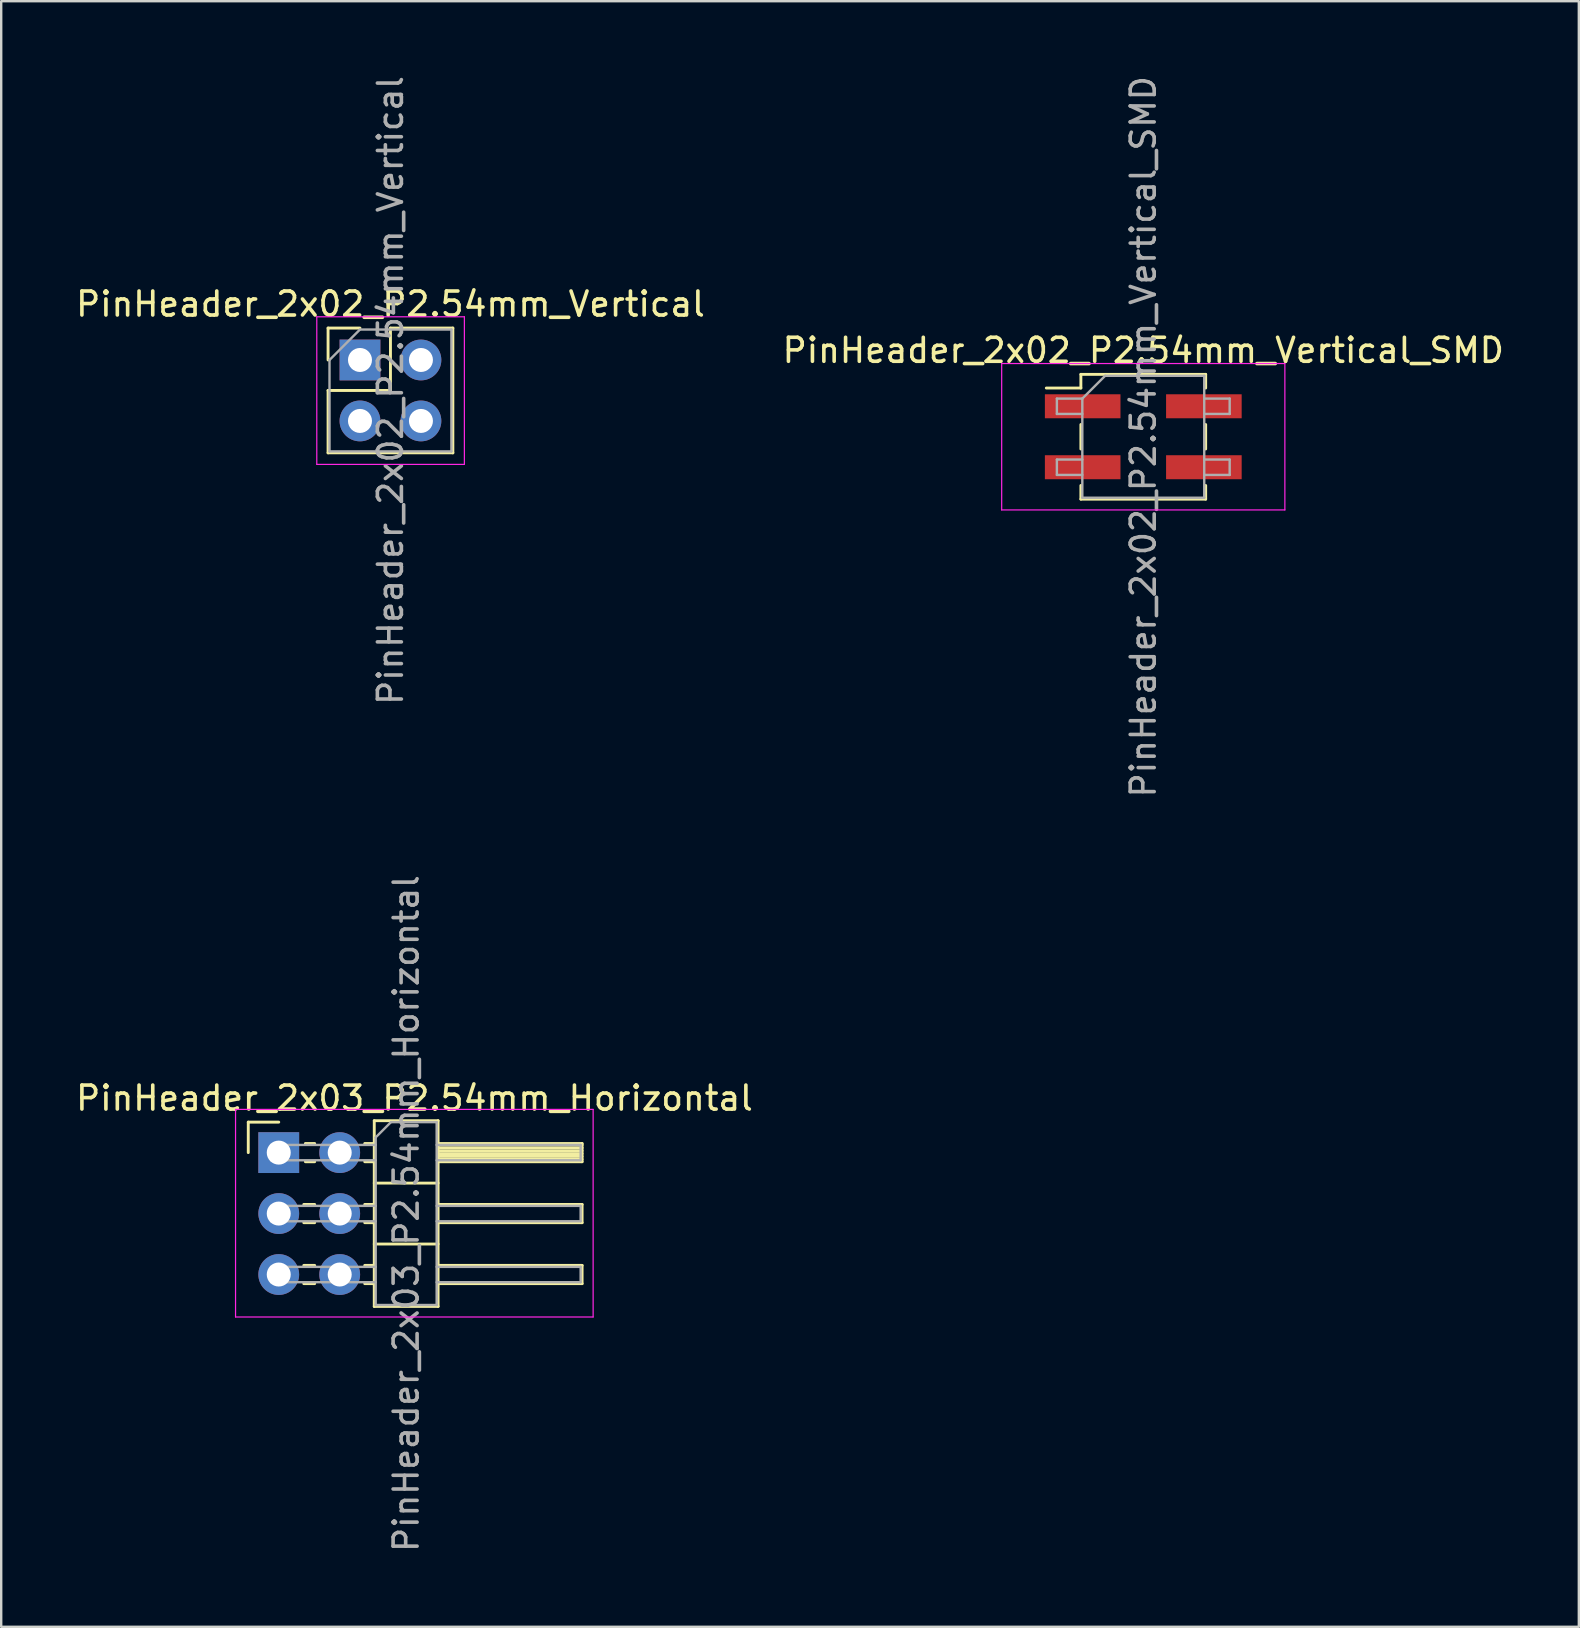
<source format=kicad_pcb>
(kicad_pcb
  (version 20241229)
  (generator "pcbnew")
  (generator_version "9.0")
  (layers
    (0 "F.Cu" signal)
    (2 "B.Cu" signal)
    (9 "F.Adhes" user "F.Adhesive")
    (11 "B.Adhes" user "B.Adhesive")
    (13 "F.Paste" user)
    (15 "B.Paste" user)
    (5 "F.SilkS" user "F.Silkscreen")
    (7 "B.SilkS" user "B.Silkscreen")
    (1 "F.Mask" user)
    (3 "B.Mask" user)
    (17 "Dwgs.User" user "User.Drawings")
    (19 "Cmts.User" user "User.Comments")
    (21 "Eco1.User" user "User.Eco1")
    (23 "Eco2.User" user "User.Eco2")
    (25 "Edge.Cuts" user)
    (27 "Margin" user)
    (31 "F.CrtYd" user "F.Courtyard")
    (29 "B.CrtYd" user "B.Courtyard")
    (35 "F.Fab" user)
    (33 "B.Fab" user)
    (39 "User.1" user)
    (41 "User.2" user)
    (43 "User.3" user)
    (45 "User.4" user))
  (footprint "PinHeader_2x02_P2.54mm_Vertical_SMD"
    (layer "F.Cu")
    (at 44.589 15.149)
    (property "Reference" "PinHeader_2x02_P2.54mm_Vertical_SMD" (at 0 -3.6 0) (layer "F.SilkS") (effects (font (size 1 1) (thickness 0.15))))
    (attr smd)
    (fp_line (start -4.04 -2.03) (end -2.6 -2.03) (stroke (width 0.12) (type solid)) (layer "F.SilkS"))
    (fp_line (start -2.6 -2.6) (end -2.6 -2.03) (stroke (width 0.12) (type solid)) (layer "F.SilkS"))
    (fp_line (start -2.6 -2.6) (end 2.6 -2.6) (stroke (width 0.12) (type solid)) (layer "F.SilkS"))
    (fp_line (start -2.6 -0.51) (end -2.6 0.51) (stroke (width 0.12) (type solid)) (layer "F.SilkS"))
    (fp_line (start -2.6 2.03) (end -2.6 2.6) (stroke (width 0.12) (type solid)) (layer "F.SilkS"))
    (fp_line (start -2.6 2.6) (end 2.6 2.6) (stroke (width 0.12) (type solid)) (layer "F.SilkS"))
    (fp_line (start 2.6 -2.6) (end 2.6 -2.03) (stroke (width 0.12) (type solid)) (layer "F.SilkS"))
    (fp_line (start 2.6 -0.51) (end 2.6 0.51) (stroke (width 0.12) (type solid)) (layer "F.SilkS"))
    (fp_line (start 2.6 2.03) (end 2.6 2.6) (stroke (width 0.12) (type solid)) (layer "F.SilkS"))
    (fp_line (start -5.9 -3.05) (end -5.9 3.05) (stroke (width 0.05) (type solid)) (layer "F.CrtYd"))
    (fp_line (start -5.9 3.05) (end 5.9 3.05) (stroke (width 0.05) (type solid)) (layer "F.CrtYd"))
    (fp_line (start 5.9 -3.05) (end -5.9 -3.05) (stroke (width 0.05) (type solid)) (layer "F.CrtYd"))
    (fp_line (start 5.9 3.05) (end 5.9 -3.05) (stroke (width 0.05) (type solid)) (layer "F.CrtYd"))
    (fp_line (start -3.6 -1.59) (end -3.6 -0.95) (stroke (width 0.1) (type solid)) (layer "F.Fab"))
    (fp_line (start -3.6 -0.95) (end -2.54 -0.95) (stroke (width 0.1) (type solid)) (layer "F.Fab"))
    (fp_line (start -3.6 0.95) (end -3.6 1.59) (stroke (width 0.1) (type solid)) (layer "F.Fab"))
    (fp_line (start -3.6 1.59) (end -2.54 1.59) (stroke (width 0.1) (type solid)) (layer "F.Fab"))
    (fp_line (start -2.54 -1.59) (end -3.6 -1.59) (stroke (width 0.1) (type solid)) (layer "F.Fab"))
    (fp_line (start -2.54 -1.59) (end -1.59 -2.54) (stroke (width 0.1) (type solid)) (layer "F.Fab"))
    (fp_line (start -2.54 0.95) (end -3.6 0.95) (stroke (width 0.1) (type solid)) (layer "F.Fab"))
    (fp_line (start -2.54 2.54) (end -2.54 -1.59) (stroke (width 0.1) (type solid)) (layer "F.Fab"))
    (fp_line (start -1.59 -2.54) (end 2.54 -2.54) (stroke (width 0.1) (type solid)) (layer "F.Fab"))
    (fp_line (start 2.54 -2.54) (end 2.54 2.54) (stroke (width 0.1) (type solid)) (layer "F.Fab"))
    (fp_line (start 2.54 -1.59) (end 3.6 -1.59) (stroke (width 0.1) (type solid)) (layer "F.Fab"))
    (fp_line (start 2.54 0.95) (end 3.6 0.95) (stroke (width 0.1) (type solid)) (layer "F.Fab"))
    (fp_line (start 2.54 2.54) (end -2.54 2.54) (stroke (width 0.1) (type solid)) (layer "F.Fab"))
    (fp_line (start 3.6 -1.59) (end 3.6 -0.95) (stroke (width 0.1) (type solid)) (layer "F.Fab"))
    (fp_line (start 3.6 -0.95) (end 2.54 -0.95) (stroke (width 0.1) (type solid)) (layer "F.Fab"))
    (fp_line (start 3.6 0.95) (end 3.6 1.59) (stroke (width 0.1) (type solid)) (layer "F.Fab"))
    (fp_line (start 3.6 1.59) (end 2.54 1.59) (stroke (width 0.1) (type solid)) (layer "F.Fab"))
    (fp_text user "${REFERENCE}" (at 0 0 90) (layer "F.Fab") (effects (font (size 1 1) (thickness 0.15))))
    (pad "1" smd rect (at -2.525 -1.27) (size 3.15 1) (layers "F.Cu" "F.Mask" "F.Paste"))
    (pad "2" smd rect (at 2.525 -1.27) (size 3.15 1) (layers "F.Cu" "F.Mask" "F.Paste"))
    (pad "3" smd rect (at -2.525 1.27) (size 3.15 1) (layers "F.Cu" "F.Mask" "F.Paste"))
    (pad "4" smd rect (at 2.525 1.27) (size 3.15 1) (layers "F.Cu" "F.Mask" "F.Paste")))
  (footprint "PinHeader_2x02_P2.54mm_Vertical"
    (layer "F.Cu")
    (at 11.95 11.95)
    (property "Reference" "PinHeader_2x02_P2.54mm_Vertical" (at 1.27 -2.33 0) (layer "F.SilkS") (effects (font (size 1 1) (thickness 0.15))))
    (attr through_hole)
    (fp_line (start -1.33 -1.33) (end 0 -1.33) (stroke (width 0.12) (type solid)) (layer "F.SilkS"))
    (fp_line (start -1.33 0) (end -1.33 -1.33) (stroke (width 0.12) (type solid)) (layer "F.SilkS"))
    (fp_line (start -1.33 1.27) (end -1.33 3.87) (stroke (width 0.12) (type solid)) (layer "F.SilkS"))
    (fp_line (start -1.33 1.27) (end 1.27 1.27) (stroke (width 0.12) (type solid)) (layer "F.SilkS"))
    (fp_line (start -1.33 3.87) (end 3.87 3.87) (stroke (width 0.12) (type solid)) (layer "F.SilkS"))
    (fp_line (start 1.27 -1.33) (end 3.87 -1.33) (stroke (width 0.12) (type solid)) (layer "F.SilkS"))
    (fp_line (start 1.27 1.27) (end 1.27 -1.33) (stroke (width 0.12) (type solid)) (layer "F.SilkS"))
    (fp_line (start 3.87 -1.33) (end 3.87 3.87) (stroke (width 0.12) (type solid)) (layer "F.SilkS"))
    (fp_line (start -1.8 -1.8) (end -1.8 4.35) (stroke (width 0.05) (type solid)) (layer "F.CrtYd"))
    (fp_line (start -1.8 4.35) (end 4.35 4.35) (stroke (width 0.05) (type solid)) (layer "F.CrtYd"))
    (fp_line (start 4.35 -1.8) (end -1.8 -1.8) (stroke (width 0.05) (type solid)) (layer "F.CrtYd"))
    (fp_line (start 4.35 4.35) (end 4.35 -1.8) (stroke (width 0.05) (type solid)) (layer "F.CrtYd"))
    (fp_line (start -1.27 0) (end 0 -1.27) (stroke (width 0.1) (type solid)) (layer "F.Fab"))
    (fp_line (start -1.27 3.81) (end -1.27 0) (stroke (width 0.1) (type solid)) (layer "F.Fab"))
    (fp_line (start 0 -1.27) (end 3.81 -1.27) (stroke (width 0.1) (type solid)) (layer "F.Fab"))
    (fp_line (start 3.81 -1.27) (end 3.81 3.81) (stroke (width 0.1) (type solid)) (layer "F.Fab"))
    (fp_line (start 3.81 3.81) (end -1.27 3.81) (stroke (width 0.1) (type solid)) (layer "F.Fab"))
    (fp_text user "${REFERENCE}" (at 1.27 1.27 90) (layer "F.Fab") (effects (font (size 1 1) (thickness 0.15))))
    (pad "1" thru_hole rect (at 0 0) (size 1.7 1.7) (drill 1) (layers "*.Cu" "*.Mask"))
    (pad "2" thru_hole oval (at 2.54 0) (size 1.7 1.7) (drill 1) (layers "*.Cu" "*.Mask"))
    (pad "3" thru_hole oval (at 0 2.54) (size 1.7 1.7) (drill 1) (layers "*.Cu" "*.Mask"))
    (pad "4" thru_hole oval (at 2.54 2.54) (size 1.7 1.7) (drill 1) (layers "*.Cu" "*.Mask")))
  (footprint "PinHeader_2x03_P2.54mm_Horizontal"
    (layer "F.Cu")
    (at 8.565 44.978)
    (property "Reference" "PinHeader_2x03_P2.54mm_Horizontal" (at 5.655 -2.27 0) (layer "F.SilkS") (effects (font (size 1 1) (thickness 0.15))))
    (attr through_hole)
    (fp_line (start -1.27 -1.27) (end 0 -1.27) (stroke (width 0.12) (type solid)) (layer "F.SilkS"))
    (fp_line (start -1.27 0) (end -1.27 -1.27) (stroke (width 0.12) (type solid)) (layer "F.SilkS"))
    (fp_line (start 1.043 2.16) (end 1.497 2.16) (stroke (width 0.12) (type solid)) (layer "F.SilkS"))
    (fp_line (start 1.043 2.92) (end 1.497 2.92) (stroke (width 0.12) (type solid)) (layer "F.SilkS"))
    (fp_line (start 1.043 4.7) (end 1.497 4.7) (stroke (width 0.12) (type solid)) (layer "F.SilkS"))
    (fp_line (start 1.043 5.46) (end 1.497 5.46) (stroke (width 0.12) (type solid)) (layer "F.SilkS"))
    (fp_line (start 1.11 -0.38) (end 1.497 -0.38) (stroke (width 0.12) (type solid)) (layer "F.SilkS"))
    (fp_line (start 1.11 0.38) (end 1.497 0.38) (stroke (width 0.12) (type solid)) (layer "F.SilkS"))
    (fp_line (start 3.583 -0.38) (end 3.98 -0.38) (stroke (width 0.12) (type solid)) (layer "F.SilkS"))
    (fp_line (start 3.583 0.38) (end 3.98 0.38) (stroke (width 0.12) (type solid)) (layer "F.SilkS"))
    (fp_line (start 3.583 2.16) (end 3.98 2.16) (stroke (width 0.12) (type solid)) (layer "F.SilkS"))
    (fp_line (start 3.583 2.92) (end 3.98 2.92) (stroke (width 0.12) (type solid)) (layer "F.SilkS"))
    (fp_line (start 3.583 4.7) (end 3.98 4.7) (stroke (width 0.12) (type solid)) (layer "F.SilkS"))
    (fp_line (start 3.583 5.46) (end 3.98 5.46) (stroke (width 0.12) (type solid)) (layer "F.SilkS"))
    (fp_line (start 3.98 -1.33) (end 3.98 6.41) (stroke (width 0.12) (type solid)) (layer "F.SilkS"))
    (fp_line (start 3.98 1.27) (end 6.64 1.27) (stroke (width 0.12) (type solid)) (layer "F.SilkS"))
    (fp_line (start 3.98 3.81) (end 6.64 3.81) (stroke (width 0.12) (type solid)) (layer "F.SilkS"))
    (fp_line (start 3.98 6.41) (end 6.64 6.41) (stroke (width 0.12) (type solid)) (layer "F.SilkS"))
    (fp_line (start 6.64 -1.33) (end 3.98 -1.33) (stroke (width 0.12) (type solid)) (layer "F.SilkS"))
    (fp_line (start 6.64 -0.38) (end 12.64 -0.38) (stroke (width 0.12) (type solid)) (layer "F.SilkS"))
    (fp_line (start 6.64 -0.32) (end 12.64 -0.32) (stroke (width 0.12) (type solid)) (layer "F.SilkS"))
    (fp_line (start 6.64 -0.2) (end 12.64 -0.2) (stroke (width 0.12) (type solid)) (layer "F.SilkS"))
    (fp_line (start 6.64 -0.08) (end 12.64 -0.08) (stroke (width 0.12) (type solid)) (layer "F.SilkS"))
    (fp_line (start 6.64 0.04) (end 12.64 0.04) (stroke (width 0.12) (type solid)) (layer "F.SilkS"))
    (fp_line (start 6.64 0.16) (end 12.64 0.16) (stroke (width 0.12) (type solid)) (layer "F.SilkS"))
    (fp_line (start 6.64 0.28) (end 12.64 0.28) (stroke (width 0.12) (type solid)) (layer "F.SilkS"))
    (fp_line (start 6.64 2.16) (end 12.64 2.16) (stroke (width 0.12) (type solid)) (layer "F.SilkS"))
    (fp_line (start 6.64 4.7) (end 12.64 4.7) (stroke (width 0.12) (type solid)) (layer "F.SilkS"))
    (fp_line (start 6.64 6.41) (end 6.64 -1.33) (stroke (width 0.12) (type solid)) (layer "F.SilkS"))
    (fp_line (start 12.64 -0.38) (end 12.64 0.38) (stroke (width 0.12) (type solid)) (layer "F.SilkS"))
    (fp_line (start 12.64 0.38) (end 6.64 0.38) (stroke (width 0.12) (type solid)) (layer "F.SilkS"))
    (fp_line (start 12.64 2.16) (end 12.64 2.92) (stroke (width 0.12) (type solid)) (layer "F.SilkS"))
    (fp_line (start 12.64 2.92) (end 6.64 2.92) (stroke (width 0.12) (type solid)) (layer "F.SilkS"))
    (fp_line (start 12.64 4.7) (end 12.64 5.46) (stroke (width 0.12) (type solid)) (layer "F.SilkS"))
    (fp_line (start 12.64 5.46) (end 6.64 5.46) (stroke (width 0.12) (type solid)) (layer "F.SilkS"))
    (fp_line (start -1.8 -1.8) (end -1.8 6.85) (stroke (width 0.05) (type solid)) (layer "F.CrtYd"))
    (fp_line (start -1.8 6.85) (end 13.1 6.85) (stroke (width 0.05) (type solid)) (layer "F.CrtYd"))
    (fp_line (start 13.1 -1.8) (end -1.8 -1.8) (stroke (width 0.05) (type solid)) (layer "F.CrtYd"))
    (fp_line (start 13.1 6.85) (end 13.1 -1.8) (stroke (width 0.05) (type solid)) (layer "F.CrtYd"))
    (fp_line (start -0.32 -0.32) (end -0.32 0.32) (stroke (width 0.1) (type solid)) (layer "F.Fab"))
    (fp_line (start -0.32 -0.32) (end 4.04 -0.32) (stroke (width 0.1) (type solid)) (layer "F.Fab"))
    (fp_line (start -0.32 0.32) (end 4.04 0.32) (stroke (width 0.1) (type solid)) (layer "F.Fab"))
    (fp_line (start -0.32 2.22) (end -0.32 2.86) (stroke (width 0.1) (type solid)) (layer "F.Fab"))
    (fp_line (start -0.32 2.22) (end 4.04 2.22) (stroke (width 0.1) (type solid)) (layer "F.Fab"))
    (fp_line (start -0.32 2.86) (end 4.04 2.86) (stroke (width 0.1) (type solid)) (layer "F.Fab"))
    (fp_line (start -0.32 4.76) (end -0.32 5.4) (stroke (width 0.1) (type solid)) (layer "F.Fab"))
    (fp_line (start -0.32 4.76) (end 4.04 4.76) (stroke (width 0.1) (type solid)) (layer "F.Fab"))
    (fp_line (start -0.32 5.4) (end 4.04 5.4) (stroke (width 0.1) (type solid)) (layer "F.Fab"))
    (fp_line (start 4.04 -0.635) (end 4.675 -1.27) (stroke (width 0.1) (type solid)) (layer "F.Fab"))
    (fp_line (start 4.04 6.35) (end 4.04 -0.635) (stroke (width 0.1) (type solid)) (layer "F.Fab"))
    (fp_line (start 4.675 -1.27) (end 6.58 -1.27) (stroke (width 0.1) (type solid)) (layer "F.Fab"))
    (fp_line (start 6.58 -1.27) (end 6.58 6.35) (stroke (width 0.1) (type solid)) (layer "F.Fab"))
    (fp_line (start 6.58 -0.32) (end 12.58 -0.32) (stroke (width 0.1) (type solid)) (layer "F.Fab"))
    (fp_line (start 6.58 0.32) (end 12.58 0.32) (stroke (width 0.1) (type solid)) (layer "F.Fab"))
    (fp_line (start 6.58 2.22) (end 12.58 2.22) (stroke (width 0.1) (type solid)) (layer "F.Fab"))
    (fp_line (start 6.58 2.86) (end 12.58 2.86) (stroke (width 0.1) (type solid)) (layer "F.Fab"))
    (fp_line (start 6.58 4.76) (end 12.58 4.76) (stroke (width 0.1) (type solid)) (layer "F.Fab"))
    (fp_line (start 6.58 5.4) (end 12.58 5.4) (stroke (width 0.1) (type solid)) (layer "F.Fab"))
    (fp_line (start 6.58 6.35) (end 4.04 6.35) (stroke (width 0.1) (type solid)) (layer "F.Fab"))
    (fp_line (start 12.58 -0.32) (end 12.58 0.32) (stroke (width 0.1) (type solid)) (layer "F.Fab"))
    (fp_line (start 12.58 2.22) (end 12.58 2.86) (stroke (width 0.1) (type solid)) (layer "F.Fab"))
    (fp_line (start 12.58 4.76) (end 12.58 5.4) (stroke (width 0.1) (type solid)) (layer "F.Fab"))
    (fp_text user "${REFERENCE}" (at 5.31 2.54 90) (layer "F.Fab") (effects (font (size 1 1) (thickness 0.15))))
    (pad "1" thru_hole rect (at 0 0) (size 1.7 1.7) (drill 1) (layers "*.Cu" "*.Mask"))
    (pad "2" thru_hole oval (at 2.54 0) (size 1.7 1.7) (drill 1) (layers "*.Cu" "*.Mask"))
    (pad "3" thru_hole oval (at 0 2.54) (size 1.7 1.7) (drill 1) (layers "*.Cu" "*.Mask"))
    (pad "4" thru_hole oval (at 2.54 2.54) (size 1.7 1.7) (drill 1) (layers "*.Cu" "*.Mask"))
    (pad "5" thru_hole oval (at 0 5.08) (size 1.7 1.7) (drill 1) (layers "*.Cu" "*.Mask"))
    (pad "6" thru_hole oval (at 2.54 5.08) (size 1.7 1.7) (drill 1) (layers "*.Cu" "*.Mask")))
  (gr_rect
    (start -3 -3)
    (end 62.738 64.738)
    (stroke (width 0.1) (type default))
    (fill no)
    (layer "Edge.Cuts")))
</source>
